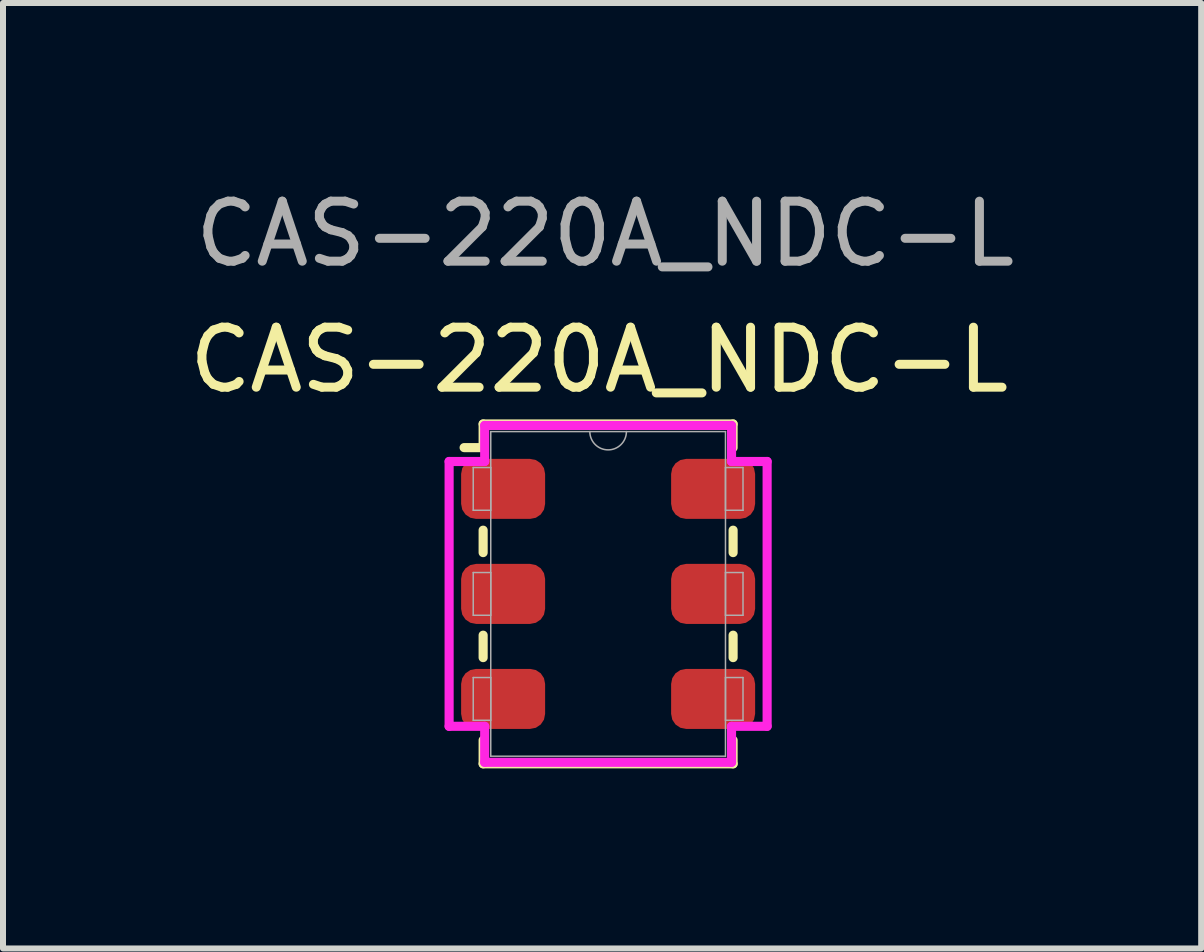
<source format=kicad_pcb>
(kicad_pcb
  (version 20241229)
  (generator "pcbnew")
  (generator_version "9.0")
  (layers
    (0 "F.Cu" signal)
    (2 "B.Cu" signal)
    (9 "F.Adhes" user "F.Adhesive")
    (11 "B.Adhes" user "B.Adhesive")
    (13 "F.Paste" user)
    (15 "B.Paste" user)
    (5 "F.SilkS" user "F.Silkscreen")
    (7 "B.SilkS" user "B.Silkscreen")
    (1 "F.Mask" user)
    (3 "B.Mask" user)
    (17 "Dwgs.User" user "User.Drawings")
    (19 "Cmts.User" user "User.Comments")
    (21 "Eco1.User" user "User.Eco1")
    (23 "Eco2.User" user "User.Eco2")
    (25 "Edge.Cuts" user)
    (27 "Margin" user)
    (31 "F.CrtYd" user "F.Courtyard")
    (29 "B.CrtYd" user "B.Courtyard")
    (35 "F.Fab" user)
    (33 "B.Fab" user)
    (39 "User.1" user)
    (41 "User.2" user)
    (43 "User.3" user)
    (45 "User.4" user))
  (footprint "CAS-220A_NDC-L"
    (layer "F.Cu")
    (at 7.085 6.848)
    (property "Reference" "CAS-220A_NDC-L" (at -0.15 -3.9 0) (unlocked yes) (layer "F.SilkS") (effects (font (size 1 1) (thickness 0.15))))
    (attr smd)
    (fp_line (start -2.4 -2.438) (end -2.083 -2.438) (stroke (width 0.152) (type solid)) (layer "F.SilkS"))
    (fp_line (start -2.083 -2.832) (end -2.083 -2.438) (stroke (width 0.152) (type solid)) (layer "F.SilkS"))
    (fp_line (start -2.083 -1.062) (end -2.083 -0.688) (stroke (width 0.152) (type solid)) (layer "F.SilkS"))
    (fp_line (start -2.083 0.688) (end -2.083 1.062) (stroke (width 0.152) (type solid)) (layer "F.SilkS"))
    (fp_line (start -2.083 2.438) (end -2.083 2.832) (stroke (width 0.152) (type solid)) (layer "F.SilkS"))
    (fp_line (start -2.083 2.832) (end 2.083 2.832) (stroke (width 0.152) (type solid)) (layer "F.SilkS"))
    (fp_line (start 2.083 -2.832) (end -2.083 -2.832) (stroke (width 0.152) (type solid)) (layer "F.SilkS"))
    (fp_line (start 2.083 -2.438) (end 2.083 -2.832) (stroke (width 0.152) (type solid)) (layer "F.SilkS"))
    (fp_line (start 2.083 -0.688) (end 2.083 -1.062) (stroke (width 0.152) (type solid)) (layer "F.SilkS"))
    (fp_line (start 2.083 1.062) (end 2.083 0.688) (stroke (width 0.152) (type solid)) (layer "F.SilkS"))
    (fp_line (start 2.083 2.832) (end 2.083 2.438) (stroke (width 0.152) (type solid)) (layer "F.SilkS"))
    (fp_line (start -2.65 -2.207) (end -2.057 -2.207) (stroke (width 0.152) (type solid)) (layer "F.CrtYd"))
    (fp_line (start -2.65 2.207) (end -2.65 -2.207) (stroke (width 0.152) (type solid)) (layer "F.CrtYd"))
    (fp_line (start -2.65 2.207) (end -2.057 2.207) (stroke (width 0.152) (type solid)) (layer "F.CrtYd"))
    (fp_line (start -2.057 -2.807) (end 2.057 -2.807) (stroke (width 0.152) (type solid)) (layer "F.CrtYd"))
    (fp_line (start -2.057 -2.207) (end -2.057 -2.807) (stroke (width 0.152) (type solid)) (layer "F.CrtYd"))
    (fp_line (start -2.057 2.807) (end -2.057 2.207) (stroke (width 0.152) (type solid)) (layer "F.CrtYd"))
    (fp_line (start 2.057 -2.807) (end 2.057 -2.207) (stroke (width 0.152) (type solid)) (layer "F.CrtYd"))
    (fp_line (start 2.057 2.207) (end 2.057 2.807) (stroke (width 0.152) (type solid)) (layer "F.CrtYd"))
    (fp_line (start 2.057 2.807) (end -2.057 2.807) (stroke (width 0.152) (type solid)) (layer "F.CrtYd"))
    (fp_line (start 2.65 -2.207) (end 2.057 -2.207) (stroke (width 0.152) (type solid)) (layer "F.CrtYd"))
    (fp_line (start 2.65 -2.207) (end 2.65 2.207) (stroke (width 0.152) (type solid)) (layer "F.CrtYd"))
    (fp_line (start 2.65 2.207) (end 2.057 2.207) (stroke (width 0.152) (type solid)) (layer "F.CrtYd"))
    (fp_line (start -2.248 -2.106) (end -2.248 -1.394) (stroke (width 0.025) (type solid)) (layer "F.Fab"))
    (fp_line (start -2.248 -1.394) (end -1.956 -1.394) (stroke (width 0.025) (type solid)) (layer "F.Fab"))
    (fp_line (start -2.248 -0.356) (end -2.248 0.356) (stroke (width 0.025) (type solid)) (layer "F.Fab"))
    (fp_line (start -2.248 0.356) (end -1.956 0.356) (stroke (width 0.025) (type solid)) (layer "F.Fab"))
    (fp_line (start -2.248 1.394) (end -2.248 2.106) (stroke (width 0.025) (type solid)) (layer "F.Fab"))
    (fp_line (start -2.248 2.106) (end -1.956 2.106) (stroke (width 0.025) (type solid)) (layer "F.Fab"))
    (fp_line (start -1.956 -2.705) (end -1.956 2.705) (stroke (width 0.025) (type solid)) (layer "F.Fab"))
    (fp_line (start -1.956 -2.106) (end -2.248 -2.106) (stroke (width 0.025) (type solid)) (layer "F.Fab"))
    (fp_line (start -1.956 -1.394) (end -1.956 -2.106) (stroke (width 0.025) (type solid)) (layer "F.Fab"))
    (fp_line (start -1.956 -0.356) (end -2.248 -0.356) (stroke (width 0.025) (type solid)) (layer "F.Fab"))
    (fp_line (start -1.956 0.356) (end -1.956 -0.356) (stroke (width 0.025) (type solid)) (layer "F.Fab"))
    (fp_line (start -1.956 1.394) (end -2.248 1.394) (stroke (width 0.025) (type solid)) (layer "F.Fab"))
    (fp_line (start -1.956 2.106) (end -1.956 1.394) (stroke (width 0.025) (type solid)) (layer "F.Fab"))
    (fp_line (start -1.956 2.705) (end 1.956 2.705) (stroke (width 0.025) (type solid)) (layer "F.Fab"))
    (fp_line (start 1.956 -2.705) (end -1.956 -2.705) (stroke (width 0.025) (type solid)) (layer "F.Fab"))
    (fp_line (start 1.956 -2.106) (end 1.956 -1.394) (stroke (width 0.025) (type solid)) (layer "F.Fab"))
    (fp_line (start 1.956 -1.394) (end 2.248 -1.394) (stroke (width 0.025) (type solid)) (layer "F.Fab"))
    (fp_line (start 1.956 -0.356) (end 1.956 0.356) (stroke (width 0.025) (type solid)) (layer "F.Fab"))
    (fp_line (start 1.956 0.356) (end 2.248 0.356) (stroke (width 0.025) (type solid)) (layer "F.Fab"))
    (fp_line (start 1.956 1.394) (end 1.956 2.106) (stroke (width 0.025) (type solid)) (layer "F.Fab"))
    (fp_line (start 1.956 2.106) (end 2.248 2.106) (stroke (width 0.025) (type solid)) (layer "F.Fab"))
    (fp_line (start 1.956 2.705) (end 1.956 -2.705) (stroke (width 0.025) (type solid)) (layer "F.Fab"))
    (fp_line (start 2.248 -2.106) (end 1.956 -2.106) (stroke (width 0.025) (type solid)) (layer "F.Fab"))
    (fp_line (start 2.248 -1.394) (end 2.248 -2.106) (stroke (width 0.025) (type solid)) (layer "F.Fab"))
    (fp_line (start 2.248 -0.356) (end 1.956 -0.356) (stroke (width 0.025) (type solid)) (layer "F.Fab"))
    (fp_line (start 2.248 0.356) (end 2.248 -0.356) (stroke (width 0.025) (type solid)) (layer "F.Fab"))
    (fp_line (start 2.248 1.394) (end 1.956 1.394) (stroke (width 0.025) (type solid)) (layer "F.Fab"))
    (fp_line (start 2.248 2.106) (end 2.248 1.394) (stroke (width 0.025) (type solid)) (layer "F.Fab"))
    (fp_arc (start 0.3048 -2.7051) (mid 0 -2.4003) (end -0.3048 -2.7051) (stroke (width 0.0254) (type solid)) (layer "F.Fab"))
    (fp_text user "${REFERENCE}" (at -0.05 -6 0) (unlocked yes) (layer "F.Fab") (effects (font (size 1 1) (thickness 0.15))))
    (pad "1" smd roundrect (at -1.75 -1.75) (size 1.4 1) (layers "F.Cu" "F.Mask" "F.Paste") (roundrect_rratio 0.25))
    (pad "2" smd roundrect (at -1.75 0) (size 1.4 1) (layers "F.Cu" "F.Mask" "F.Paste") (roundrect_rratio 0.25))
    (pad "3" smd roundrect (at -1.75 1.75) (size 1.4 1) (layers "F.Cu" "F.Mask" "F.Paste") (roundrect_rratio 0.25))
    (pad "4" smd roundrect (at 1.75 -1.75) (size 1.4 1) (layers "F.Cu" "F.Mask" "F.Paste") (roundrect_rratio 0.25))
    (pad "5" smd roundrect (at 1.75 0) (size 1.4 1) (layers "F.Cu" "F.Mask" "F.Paste") (roundrect_rratio 0.25))
    (pad "6" smd roundrect (at 1.75 1.75) (size 1.4 1) (layers "F.Cu" "F.Mask" "F.Paste") (roundrect_rratio 0.25)))
  (gr_rect
    (start -3 -3)
    (end 16.969 12.757)
    (stroke (width 0.1) (type default))
    (fill no)
    (layer "Edge.Cuts")))
</source>
